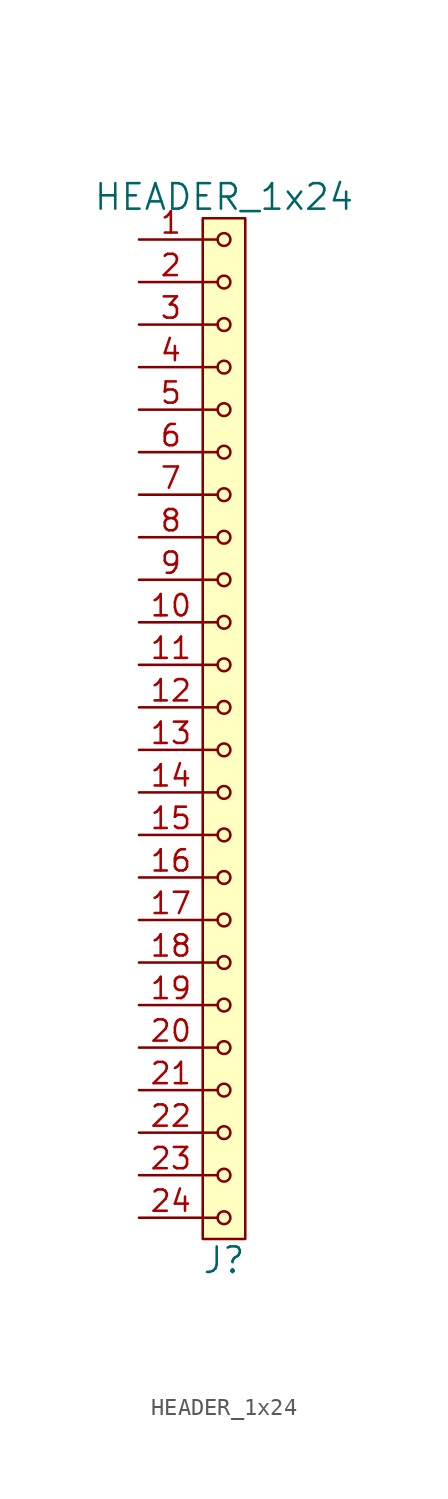
<source format=kicad_sym>
(kicad_symbol_lib
  (version 20211014)
  (generator kicad_symbol_editor)
  (symbol "HEADER_1x24"
    (pin_names
      (offset 1.016))
    (property "Reference" "J"
      (at 0 -31.75 0)
      (effects (font (size 1.524 1.524))))
    (property "Value" "HEADER_1x24"
      (at 0 31.75 0)
      (effects (font (size 1.524 1.524))))
    (property "Footprint" ""
      (at 0 29.21 0)
      (effects (font (size 1.524 1.524))))
    (property "Datasheet" ""
      (at 0 29.21 0)
      (effects (font (size 1.524 1.524))))
    (symbol "HEADER_1x24_0_1"
      (rectangle (start -1.27 30.48) (end 1.27 -30.48) (stroke (width 0) (type default) (color 0 0 0 0)) (fill (type background)))
      (circle (center 0 -29.21) (radius 0.381) (stroke (width 0) (type default) (color 0 0 0 0)) (fill (type none)))
      (circle (center 0 -26.67) (radius 0.381) (stroke (width 0) (type default) (color 0 0 0 0)) (fill (type none)))
      (circle (center 0 -24.13) (radius 0.381) (stroke (width 0) (type default) (color 0 0 0 0)) (fill (type none)))
      (circle (center 0 -21.59) (radius 0.381) (stroke (width 0) (type default) (color 0 0 0 0)) (fill (type none)))
      (circle (center 0 -19.05) (radius 0.381) (stroke (width 0) (type default) (color 0 0 0 0)) (fill (type none)))
      (circle (center 0 -16.51) (radius 0.381) (stroke (width 0) (type default) (color 0 0 0 0)) (fill (type none)))
      (circle (center 0 -13.97) (radius 0.381) (stroke (width 0) (type default) (color 0 0 0 0)) (fill (type none)))
      (circle (center 0 -11.43) (radius 0.381) (stroke (width 0) (type default) (color 0 0 0 0)) (fill (type none)))
      (circle (center 0 -8.89) (radius 0.381) (stroke (width 0) (type default) (color 0 0 0 0)) (fill (type none)))
      (circle (center 0 -6.35) (radius 0.381) (stroke (width 0) (type default) (color 0 0 0 0)) (fill (type none)))
      (circle (center 0 -3.81) (radius 0.381) (stroke (width 0) (type default) (color 0 0 0 0)) (fill (type none)))
      (circle (center 0 -1.27) (radius 0.381) (stroke (width 0) (type default) (color 0 0 0 0)) (fill (type none)))
      (polyline (pts (xy -1.27 -29.21) (xy -0.381 -29.21)) (stroke (width 0) (type default) (color 0 0 0 0)) (fill (type none)))
      (polyline (pts (xy -1.27 -26.67) (xy -0.381 -26.67)) (stroke (width 0) (type default) (color 0 0 0 0)) (fill (type none)))
      (polyline (pts (xy -1.27 -24.13) (xy -0.381 -24.13)) (stroke (width 0) (type default) (color 0 0 0 0)) (fill (type none)))
      (polyline (pts (xy -1.27 -21.59) (xy -0.381 -21.59)) (stroke (width 0) (type default) (color 0 0 0 0)) (fill (type none)))
      (polyline (pts (xy -1.27 -19.05) (xy -0.381 -19.05)) (stroke (width 0) (type default) (color 0 0 0 0)) (fill (type none)))
      (polyline (pts (xy -1.27 -16.51) (xy -0.381 -16.51)) (stroke (width 0) (type default) (color 0 0 0 0)) (fill (type none)))
      (polyline (pts (xy -1.27 -13.97) (xy -0.381 -13.97)) (stroke (width 0) (type default) (color 0 0 0 0)) (fill (type none)))
      (polyline (pts (xy -1.27 -11.43) (xy -0.381 -11.43)) (stroke (width 0) (type default) (color 0 0 0 0)) (fill (type none)))
      (polyline (pts (xy -1.27 -8.89) (xy -0.381 -8.89)) (stroke (width 0) (type default) (color 0 0 0 0)) (fill (type none)))
      (polyline (pts (xy -1.27 -6.35) (xy -0.381 -6.35)) (stroke (width 0) (type default) (color 0 0 0 0)) (fill (type none)))
      (polyline (pts (xy -1.27 -3.81) (xy -0.381 -3.81)) (stroke (width 0) (type default) (color 0 0 0 0)) (fill (type none)))
      (polyline (pts (xy -1.27 -1.27) (xy -0.381 -1.27)) (stroke (width 0) (type default) (color 0 0 0 0)) (fill (type none)))
      (polyline (pts (xy -1.27 1.27) (xy -0.381 1.27)) (stroke (width 0) (type default) (color 0 0 0 0)) (fill (type none)))
      (polyline (pts (xy -1.27 3.81) (xy -0.381 3.81)) (stroke (width 0) (type default) (color 0 0 0 0)) (fill (type none)))
      (polyline (pts (xy -1.27 6.35) (xy -0.381 6.35)) (stroke (width 0) (type default) (color 0 0 0 0)) (fill (type none)))
      (polyline (pts (xy -1.27 8.89) (xy -0.381 8.89)) (stroke (width 0) (type default) (color 0 0 0 0)) (fill (type none)))
      (polyline (pts (xy -1.27 11.43) (xy -0.381 11.43)) (stroke (width 0) (type default) (color 0 0 0 0)) (fill (type none)))
      (polyline (pts (xy -1.27 13.97) (xy -0.381 13.97)) (stroke (width 0) (type default) (color 0 0 0 0)) (fill (type none)))
      (polyline (pts (xy -1.27 16.51) (xy -0.381 16.51)) (stroke (width 0) (type default) (color 0 0 0 0)) (fill (type none)))
      (polyline (pts (xy -1.27 19.05) (xy -0.381 19.05)) (stroke (width 0) (type default) (color 0 0 0 0)) (fill (type none)))
      (polyline (pts (xy -1.27 21.59) (xy -0.381 21.59)) (stroke (width 0) (type default) (color 0 0 0 0)) (fill (type none)))
      (polyline (pts (xy -1.27 24.13) (xy -0.381 24.13)) (stroke (width 0) (type default) (color 0 0 0 0)) (fill (type none)))
      (polyline (pts (xy -1.27 26.67) (xy -0.381 26.67)) (stroke (width 0) (type default) (color 0 0 0 0)) (fill (type none)))
      (polyline (pts (xy -1.27 29.21) (xy -0.381 29.21)) (stroke (width 0) (type default) (color 0 0 0 0)) (fill (type none)))
      (circle (center 0 1.27) (radius 0.381) (stroke (width 0) (type default) (color 0 0 0 0)) (fill (type none)))
      (circle (center 0 3.81) (radius 0.381) (stroke (width 0) (type default) (color 0 0 0 0)) (fill (type none)))
      (circle (center 0 6.35) (radius 0.381) (stroke (width 0) (type default) (color 0 0 0 0)) (fill (type none)))
      (circle (center 0 8.89) (radius 0.381) (stroke (width 0) (type default) (color 0 0 0 0)) (fill (type none)))
      (circle (center 0 11.43) (radius 0.381) (stroke (width 0) (type default) (color 0 0 0 0)) (fill (type none)))
      (circle (center 0 13.97) (radius 0.381) (stroke (width 0) (type default) (color 0 0 0 0)) (fill (type none)))
      (circle (center 0 16.51) (radius 0.381) (stroke (width 0) (type default) (color 0 0 0 0)) (fill (type none)))
      (circle (center 0 19.05) (radius 0.381) (stroke (width 0) (type default) (color 0 0 0 0)) (fill (type none)))
      (circle (center 0 21.59) (radius 0.381) (stroke (width 0) (type default) (color 0 0 0 0)) (fill (type none)))
      (circle (center 0 24.13) (radius 0.381) (stroke (width 0) (type default) (color 0 0 0 0)) (fill (type none)))
      (circle (center 0 26.67) (radius 0.381) (stroke (width 0) (type default) (color 0 0 0 0)) (fill (type none)))
      (circle (center 0 29.21) (radius 0.381) (stroke (width 0) (type default) (color 0 0 0 0)) (fill (type none))))
    (symbol "HEADER_1x24_1_1"
      (pin input line (at -5.08 29.21 0) (length 3.81) (name "~" (effects (font (size 1.27 1.27)))) (number "1" (effects (font (size 1.27 1.27)))))
      (pin input line (at -5.08 6.35 0) (length 3.81) (name "~" (effects (font (size 1.27 1.27)))) (number "10" (effects (font (size 1.27 1.27)))))
      (pin input line (at -5.08 3.81 0) (length 3.81) (name "~" (effects (font (size 1.27 1.27)))) (number "11" (effects (font (size 1.27 1.27)))))
      (pin input line (at -5.08 1.27 0) (length 3.81) (name "~" (effects (font (size 1.27 1.27)))) (number "12" (effects (font (size 1.27 1.27)))))
      (pin input line (at -5.08 -1.27 0) (length 3.81) (name "~" (effects (font (size 1.27 1.27)))) (number "13" (effects (font (size 1.27 1.27)))))
      (pin input line (at -5.08 -3.81 0) (length 3.81) (name "~" (effects (font (size 1.27 1.27)))) (number "14" (effects (font (size 1.27 1.27)))))
      (pin input line (at -5.08 -6.35 0) (length 3.81) (name "~" (effects (font (size 1.27 1.27)))) (number "15" (effects (font (size 1.27 1.27)))))
      (pin input line (at -5.08 -8.89 0) (length 3.81) (name "~" (effects (font (size 1.27 1.27)))) (number "16" (effects (font (size 1.27 1.27)))))
      (pin input line (at -5.08 -11.43 0) (length 3.81) (name "~" (effects (font (size 1.27 1.27)))) (number "17" (effects (font (size 1.27 1.27)))))
      (pin input line (at -5.08 -13.97 0) (length 3.81) (name "~" (effects (font (size 1.27 1.27)))) (number "18" (effects (font (size 1.27 1.27)))))
      (pin input line (at -5.08 -16.51 0) (length 3.81) (name "~" (effects (font (size 1.27 1.27)))) (number "19" (effects (font (size 1.27 1.27)))))
      (pin input line (at -5.08 26.67 0) (length 3.81) (name "~" (effects (font (size 1.27 1.27)))) (number "2" (effects (font (size 1.27 1.27)))))
      (pin input line (at -5.08 -19.05 0) (length 3.81) (name "~" (effects (font (size 1.27 1.27)))) (number "20" (effects (font (size 1.27 1.27)))))
      (pin input line (at -5.08 -21.59 0) (length 3.81) (name "~" (effects (font (size 1.27 1.27)))) (number "21" (effects (font (size 1.27 1.27)))))
      (pin input line (at -5.08 -24.13 0) (length 3.81) (name "~" (effects (font (size 1.27 1.27)))) (number "22" (effects (font (size 1.27 1.27)))))
      (pin input line (at -5.08 -26.67 0) (length 3.81) (name "~" (effects (font (size 1.27 1.27)))) (number "23" (effects (font (size 1.27 1.27)))))
      (pin input line (at -5.08 -29.21 0) (length 3.81) (name "~" (effects (font (size 1.27 1.27)))) (number "24" (effects (font (size 1.27 1.27)))))
      (pin input line (at -5.08 24.13 0) (length 3.81) (name "~" (effects (font (size 1.27 1.27)))) (number "3" (effects (font (size 1.27 1.27)))))
      (pin input line (at -5.08 21.59 0) (length 3.81) (name "~" (effects (font (size 1.27 1.27)))) (number "4" (effects (font (size 1.27 1.27)))))
      (pin input line (at -5.08 19.05 0) (length 3.81) (name "~" (effects (font (size 1.27 1.27)))) (number "5" (effects (font (size 1.27 1.27)))))
      (pin input line (at -5.08 16.51 0) (length 3.81) (name "~" (effects (font (size 1.27 1.27)))) (number "6" (effects (font (size 1.27 1.27)))))
      (pin input line (at -5.08 13.97 0) (length 3.81) (name "~" (effects (font (size 1.27 1.27)))) (number "7" (effects (font (size 1.27 1.27)))))
      (pin input line (at -5.08 11.43 0) (length 3.81) (name "~" (effects (font (size 1.27 1.27)))) (number "8" (effects (font (size 1.27 1.27)))))
      (pin input line (at -5.08 8.89 0) (length 3.81) (name "~" (effects (font (size 1.27 1.27)))) (number "9" (effects (font (size 1.27 1.27))))))))
</source>
